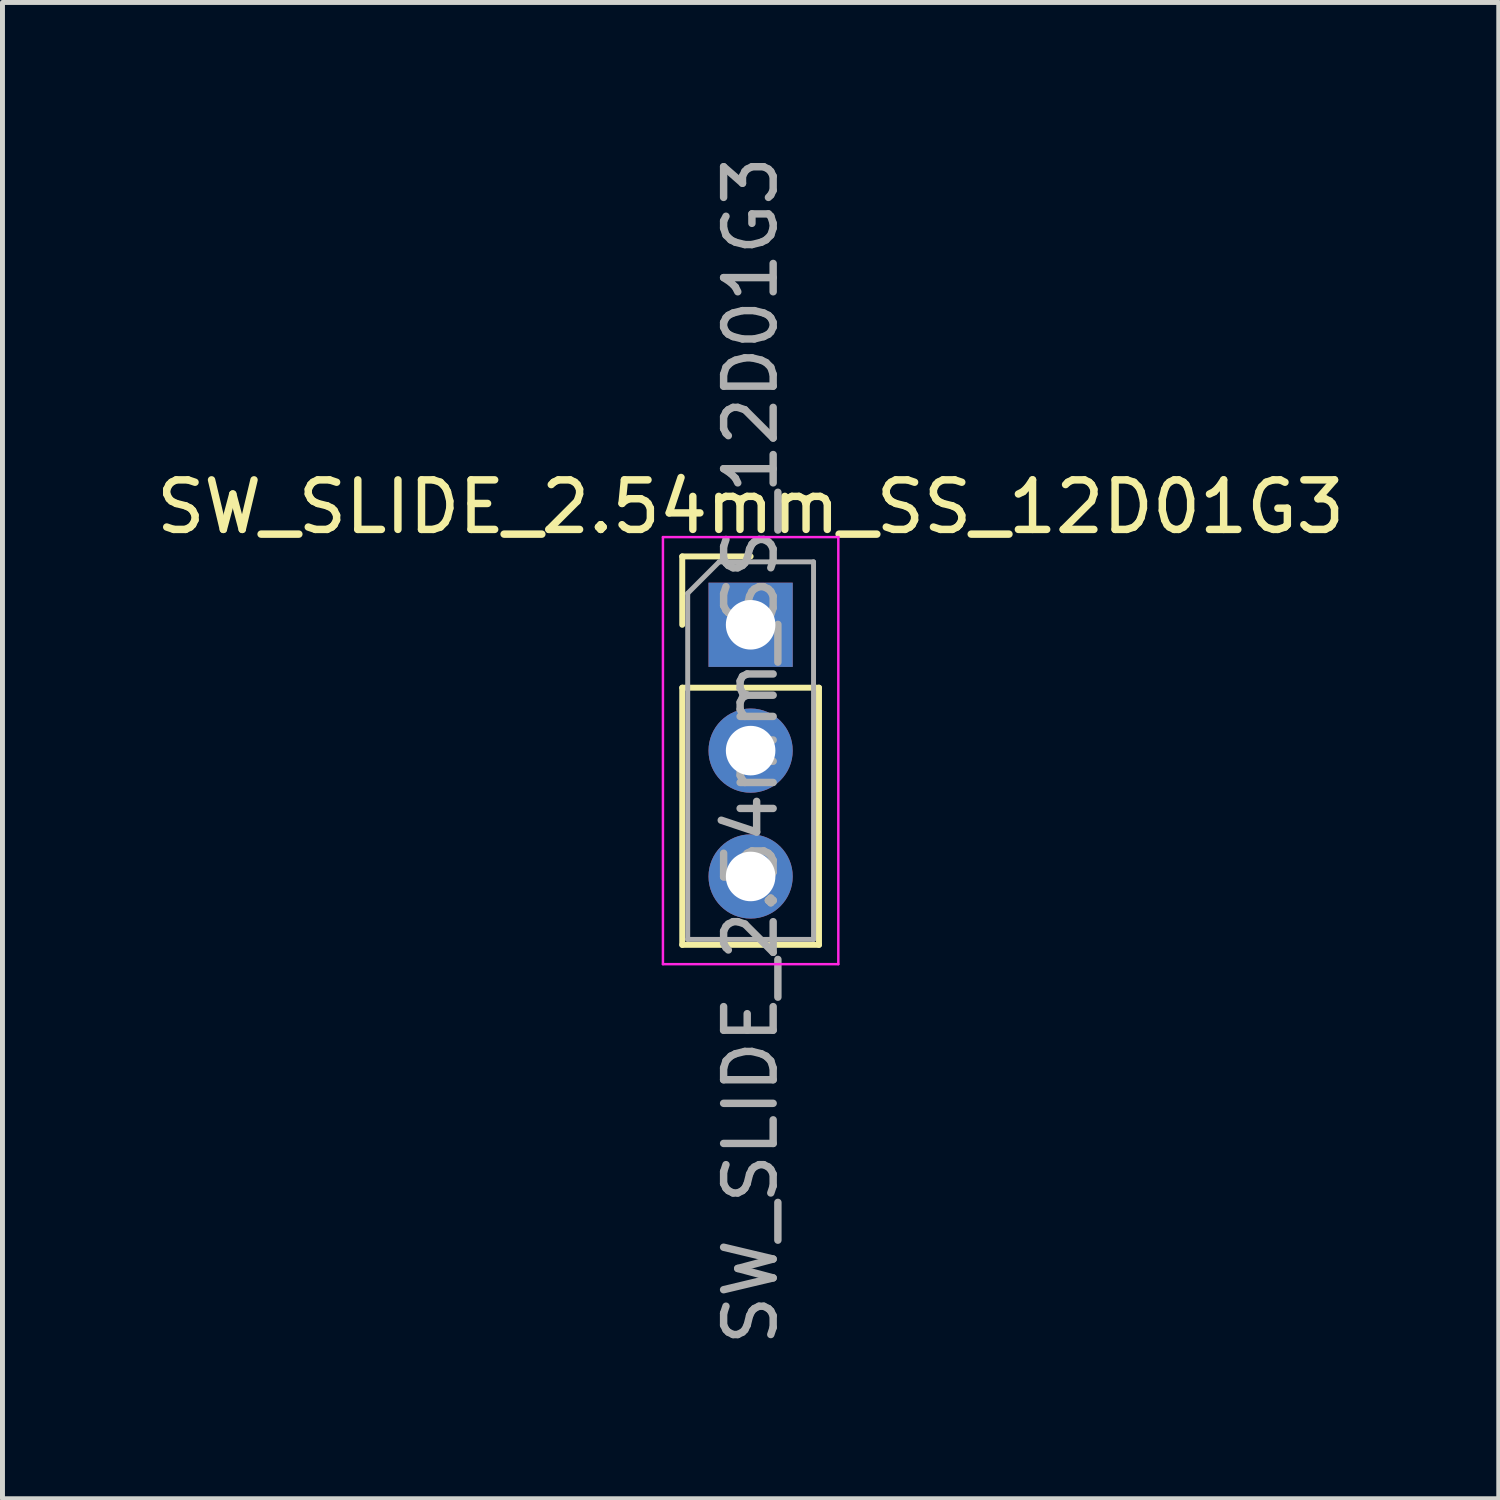
<source format=kicad_pcb>
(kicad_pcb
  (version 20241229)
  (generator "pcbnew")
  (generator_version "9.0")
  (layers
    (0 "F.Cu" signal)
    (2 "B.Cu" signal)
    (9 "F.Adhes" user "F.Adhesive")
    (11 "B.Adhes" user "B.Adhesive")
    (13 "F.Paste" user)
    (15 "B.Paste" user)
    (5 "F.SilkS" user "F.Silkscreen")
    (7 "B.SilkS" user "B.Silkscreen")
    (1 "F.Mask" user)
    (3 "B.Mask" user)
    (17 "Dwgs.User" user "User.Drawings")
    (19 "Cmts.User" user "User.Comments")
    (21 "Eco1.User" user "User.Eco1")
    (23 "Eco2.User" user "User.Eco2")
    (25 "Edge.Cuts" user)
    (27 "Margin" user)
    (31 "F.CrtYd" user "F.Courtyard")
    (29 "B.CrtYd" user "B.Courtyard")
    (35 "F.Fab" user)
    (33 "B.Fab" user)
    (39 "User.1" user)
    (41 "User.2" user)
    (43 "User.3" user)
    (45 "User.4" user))
  (footprint "SW_SLIDE_2.54mm_SS_12D01G3"
    (layer "F.Cu")
    (at 12.101 9.561)
    (property "Reference" "SW_SLIDE_2.54mm_SS_12D01G3" (at 0 -2.38 0) (layer "F.SilkS") (effects (font (size 1 1) (thickness 0.15))))
    (attr through_hole)
    (fp_line (start -1.38 -1.38) (end 0 -1.38) (stroke (width 0.12) (type solid)) (layer "F.SilkS"))
    (fp_line (start -1.38 0) (end -1.38 -1.38) (stroke (width 0.12) (type solid)) (layer "F.SilkS"))
    (fp_line (start -1.38 1.27) (end -1.38 6.46) (stroke (width 0.12) (type solid)) (layer "F.SilkS"))
    (fp_line (start -1.38 1.27) (end 1.38 1.27) (stroke (width 0.12) (type solid)) (layer "F.SilkS"))
    (fp_line (start -1.38 6.46) (end 1.38 6.46) (stroke (width 0.12) (type solid)) (layer "F.SilkS"))
    (fp_line (start 1.38 1.27) (end 1.38 6.46) (stroke (width 0.12) (type solid)) (layer "F.SilkS"))
    (fp_line (start -1.77 -1.77) (end -1.77 6.85) (stroke (width 0.05) (type solid)) (layer "F.CrtYd"))
    (fp_line (start -1.77 6.85) (end 1.77 6.85) (stroke (width 0.05) (type solid)) (layer "F.CrtYd"))
    (fp_line (start 1.77 -1.77) (end -1.77 -1.77) (stroke (width 0.05) (type solid)) (layer "F.CrtYd"))
    (fp_line (start 1.77 6.85) (end 1.77 -1.77) (stroke (width 0.05) (type solid)) (layer "F.CrtYd"))
    (fp_line (start -1.27 -0.635) (end -0.635 -1.27) (stroke (width 0.1) (type solid)) (layer "F.Fab"))
    (fp_line (start -1.27 6.35) (end -1.27 -0.635) (stroke (width 0.1) (type solid)) (layer "F.Fab"))
    (fp_line (start -0.635 -1.27) (end 1.27 -1.27) (stroke (width 0.1) (type solid)) (layer "F.Fab"))
    (fp_line (start 1.27 -1.27) (end 1.27 6.35) (stroke (width 0.1) (type solid)) (layer "F.Fab"))
    (fp_line (start 1.27 6.35) (end -1.27 6.35) (stroke (width 0.1) (type solid)) (layer "F.Fab"))
    (fp_text user "${REFERENCE}" (at 0 2.54 90) (layer "F.Fab") (effects (font (size 1 1) (thickness 0.15))))
    (pad "1" thru_hole rect (at 0 0) (size 1.7 1.7) (drill 1) (layers "*.Cu" "*.Mask"))
    (pad "2" thru_hole circle (at 0 2.54) (size 1.7 1.7) (drill 1) (layers "*.Cu" "*.Mask"))
    (pad "3" thru_hole circle (at 0 5.08) (size 1.7 1.7) (drill 1) (layers "*.Cu" "*.Mask")))
  (gr_rect
    (start -3 -3)
    (end 27.202 27.202)
    (stroke (width 0.1) (type default))
    (fill no)
    (layer "Edge.Cuts")))
</source>
